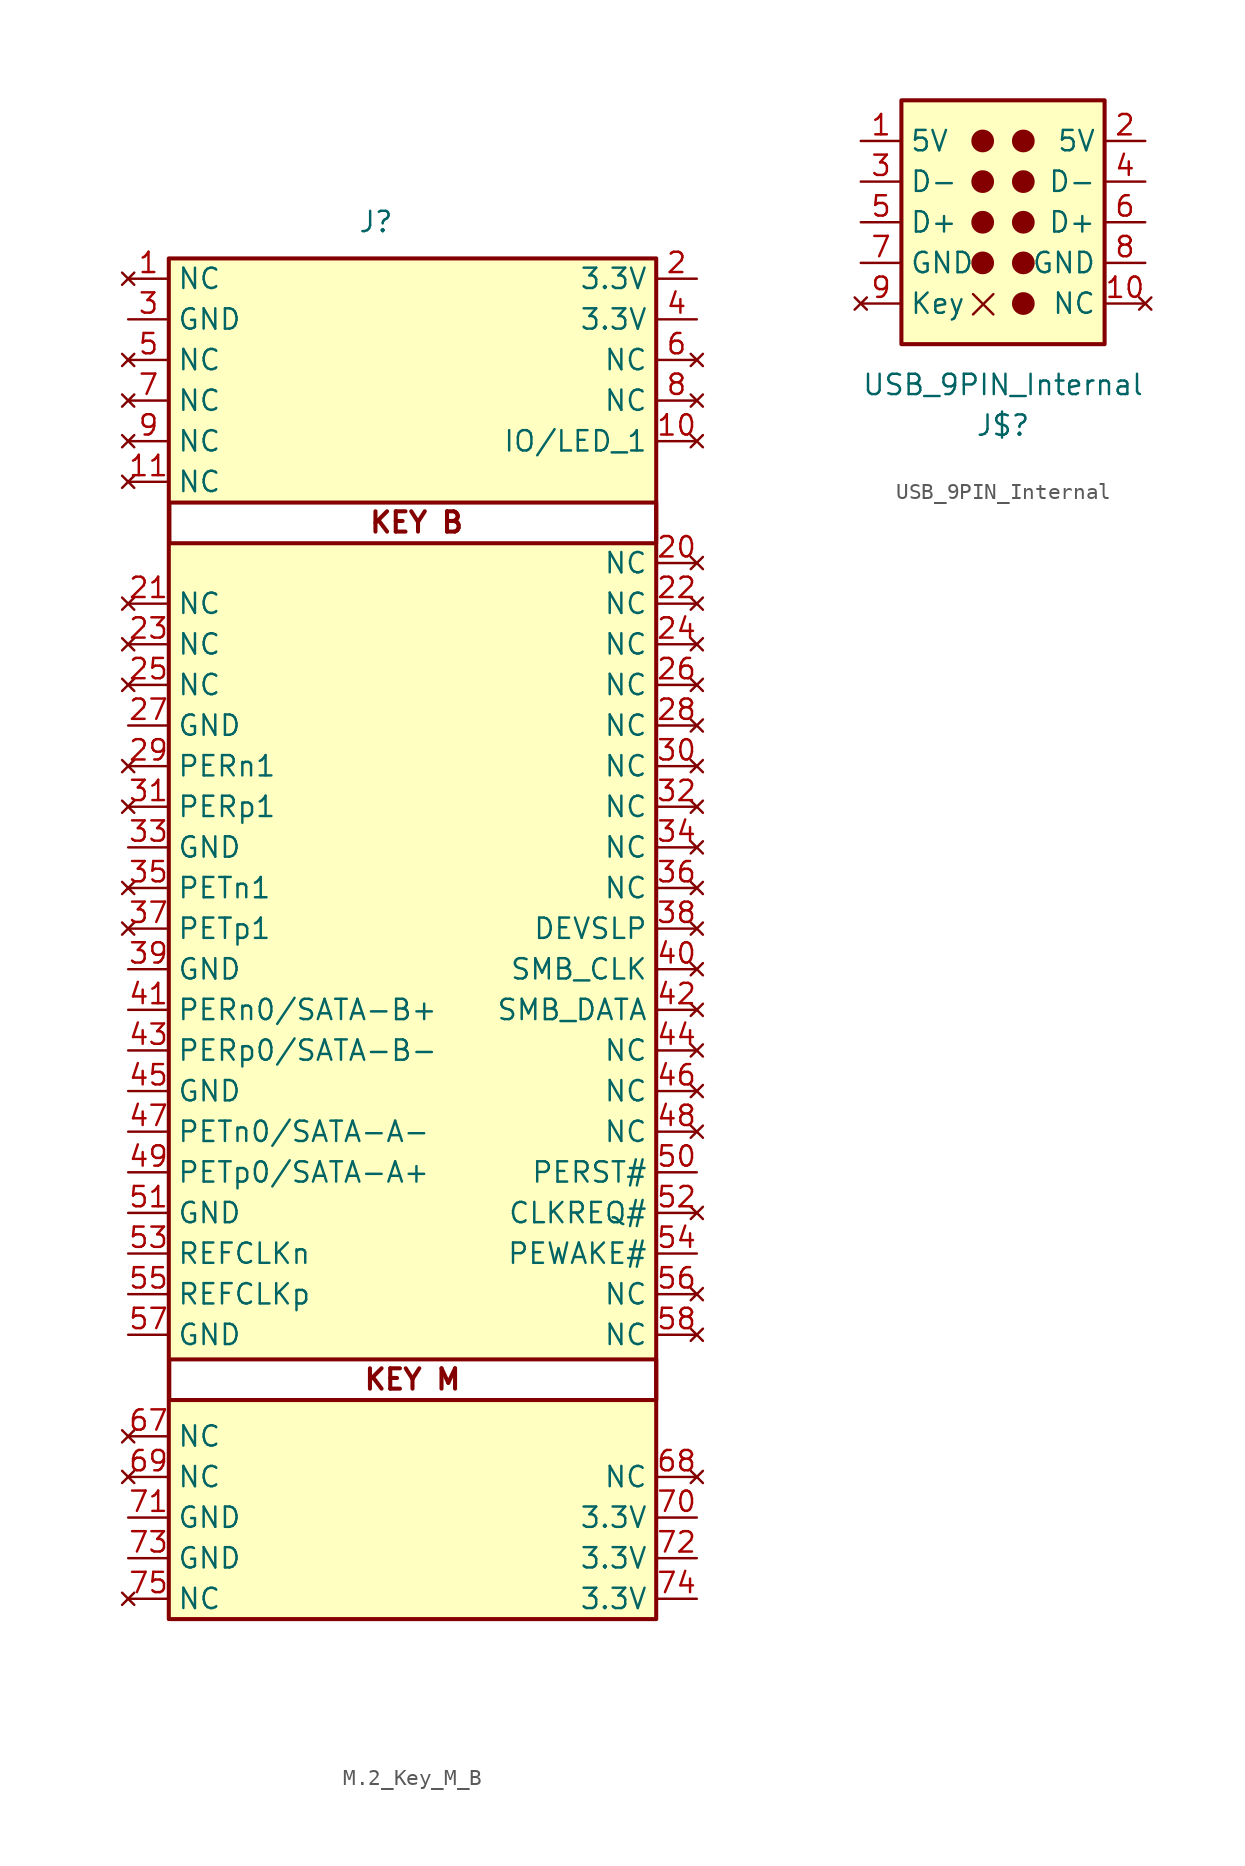
<source format=kicad_sym>
(kicad_symbol_lib
  (version 20241209)
  (generator "kicad_symbol_editor")
  (generator_version "9.0")
  (symbol "M.2_Key_M_B"
    (property "Reference" "J"
      (at 5.334 2.286 0)
      (effects (font (size 1.27 1.27))))
    (symbol "M.2_Key_M_B_0_1"
      (rectangle (start -7.62 0) (end 22.86 -85.09) (stroke (width 0.254) (type default)) (fill (type background))))
    (symbol "M.2_Key_M_B_1_1"
      (rectangle (start -7.59 -68.85) (end 22.86 -71.39) (stroke (width 0.254) (type solid)) (fill (type color) (color 255 255 255 1)))
      (rectangle (start -7.582 -15.27) (end 22.86 -17.81) (stroke (width 0.254) (type solid)) (fill (type color) (color 255 255 255 1)))
      (text "KEY M" (at 7.62 -70.104 0) (effects (font (size 1.27 1.27) (thickness 0.254) (bold yes))))
      (text "KEY B" (at 7.874 -16.51 0) (effects (font (size 1.27 1.27) (thickness 0.254) (bold yes))))
      (pin no_connect line (at -10.16 -1.27 0) (length 2.54) (name "NC" (effects (font (size 1.27 1.27)))) (number "1" (effects (font (size 1.27 1.27)))))
      (pin power_out line (at -10.16 -3.81 0) (length 2.54) (name "GND" (effects (font (size 1.27 1.27)))) (number "3" (effects (font (size 1.27 1.27)))))
      (pin no_connect line (at -10.16 -6.35 0) (length 2.54) (name "NC" (effects (font (size 1.27 1.27)))) (number "5" (effects (font (size 1.27 1.27)))))
      (pin no_connect line (at -10.16 -8.89 0) (length 2.54) (name "NC" (effects (font (size 1.27 1.27)))) (number "7" (effects (font (size 1.27 1.27)))))
      (pin no_connect line (at -10.16 -11.43 0) (length 2.54) (name "NC" (effects (font (size 1.27 1.27)))) (number "9" (effects (font (size 1.27 1.27)))))
      (pin no_connect line (at -10.16 -13.97 0) (length 2.54) (name "NC" (effects (font (size 1.27 1.27)))) (number "11" (effects (font (size 1.27 1.27)))))
      (pin no_connect line (at -10.16 -21.59 0) (length 2.54) (name "NC" (effects (font (size 1.27 1.27)))) (number "21" (effects (font (size 1.27 1.27)))))
      (pin no_connect line (at -10.16 -24.13 0) (length 2.54) (name "NC" (effects (font (size 1.27 1.27)))) (number "23" (effects (font (size 1.27 1.27)))))
      (pin no_connect line (at -10.16 -26.67 0) (length 2.54) (name "NC" (effects (font (size 1.27 1.27)))) (number "25" (effects (font (size 1.27 1.27)))))
      (pin power_out line (at -10.16 -29.21 0) (length 2.54) (name "GND" (effects (font (size 1.27 1.27)))) (number "27" (effects (font (size 1.27 1.27)))))
      (pin no_connect line (at -10.16 -31.75 0) (length 2.54) (name "PERn1" (effects (font (size 1.27 1.27)))) (number "29" (effects (font (size 1.27 1.27)))))
      (pin no_connect line (at -10.16 -34.29 0) (length 2.54) (name "PERp1" (effects (font (size 1.27 1.27)))) (number "31" (effects (font (size 1.27 1.27)))))
      (pin power_out line (at -10.16 -36.83 0) (length 2.54) (name "GND" (effects (font (size 1.27 1.27)))) (number "33" (effects (font (size 1.27 1.27)))))
      (pin no_connect line (at -10.16 -39.37 0) (length 2.54) (name "PETn1" (effects (font (size 1.27 1.27)))) (number "35" (effects (font (size 1.27 1.27)))))
      (pin no_connect line (at -10.16 -41.91 0) (length 2.54) (name "PETp1" (effects (font (size 1.27 1.27)))) (number "37" (effects (font (size 1.27 1.27)))))
      (pin power_out line (at -10.16 -44.45 0) (length 2.54) (name "GND" (effects (font (size 1.27 1.27)))) (number "39" (effects (font (size 1.27 1.27)))))
      (pin bidirectional line (at -10.16 -46.99 0) (length 2.54) (name "PERn0/SATA-B+" (effects (font (size 1.27 1.27)))) (number "41" (effects (font (size 1.27 1.27)))))
      (pin bidirectional line (at -10.16 -49.53 0) (length 2.54) (name "PERp0/SATA-B-" (effects (font (size 1.27 1.27)))) (number "43" (effects (font (size 1.27 1.27)))))
      (pin power_out line (at -10.16 -52.07 0) (length 2.54) (name "GND" (effects (font (size 1.27 1.27)))) (number "45" (effects (font (size 1.27 1.27)))))
      (pin bidirectional line (at -10.16 -54.61 0) (length 2.54) (name "PETn0/SATA-A-" (effects (font (size 1.27 1.27)))) (number "47" (effects (font (size 1.27 1.27)))))
      (pin bidirectional line (at -10.16 -57.15 0) (length 2.54) (name "PETp0/SATA-A+" (effects (font (size 1.27 1.27)))) (number "49" (effects (font (size 1.27 1.27)))))
      (pin power_out line (at -10.16 -59.69 0) (length 2.54) (name "GND" (effects (font (size 1.27 1.27)))) (number "51" (effects (font (size 1.27 1.27)))))
      (pin bidirectional line (at -10.16 -62.23 0) (length 2.54) (name "REFCLKn" (effects (font (size 1.27 1.27)))) (number "53" (effects (font (size 1.27 1.27)))))
      (pin bidirectional line (at -10.16 -64.77 0) (length 2.54) (name "REFCLKp" (effects (font (size 1.27 1.27)))) (number "55" (effects (font (size 1.27 1.27)))))
      (pin power_out line (at -10.16 -67.31 0) (length 2.54) (name "GND" (effects (font (size 1.27 1.27)))) (number "57" (effects (font (size 1.27 1.27)))))
      (pin no_connect line (at -10.16 -73.66 0) (length 2.54) (name "NC" (effects (font (size 1.27 1.27)))) (number "67" (effects (font (size 1.27 1.27)))))
      (pin no_connect line (at -10.16 -76.2 0) (length 2.54) (name "NC" (effects (font (size 1.27 1.27)))) (number "69" (effects (font (size 1.27 1.27)))))
      (pin power_out line (at -10.16 -78.74 0) (length 2.54) (name "GND" (effects (font (size 1.27 1.27)))) (number "71" (effects (font (size 1.27 1.27)))))
      (pin power_out line (at -10.16 -81.28 0) (length 2.54) (name "GND" (effects (font (size 1.27 1.27)))) (number "73" (effects (font (size 1.27 1.27)))))
      (pin no_connect line (at -10.16 -83.82 0) (length 2.54) (name "NC" (effects (font (size 1.27 1.27)))) (number "75" (effects (font (size 1.27 1.27)))))
      (pin power_out line (at 25.4 -1.27 180) (length 2.54) (name "3.3V" (effects (font (size 1.27 1.27)))) (number "2" (effects (font (size 1.27 1.27)))))
      (pin power_out line (at 25.4 -3.81 180) (length 2.54) (name "3.3V" (effects (font (size 1.27 1.27)))) (number "4" (effects (font (size 1.27 1.27)))))
      (pin no_connect line (at 25.4 -6.35 180) (length 2.54) (name "NC" (effects (font (size 1.27 1.27)))) (number "6" (effects (font (size 1.27 1.27)))))
      (pin no_connect line (at 25.4 -8.89 180) (length 2.54) (name "NC" (effects (font (size 1.27 1.27)))) (number "8" (effects (font (size 1.27 1.27)))))
      (pin no_connect line (at 25.4 -11.43 180) (length 2.54) (name "IO/LED_1" (effects (font (size 1.27 1.27)))) (number "10" (effects (font (size 1.27 1.27)))))
      (pin no_connect line (at 25.4 -19.05 180) (length 2.54) (name "NC" (effects (font (size 1.27 1.27)))) (number "20" (effects (font (size 1.27 1.27)))))
      (pin no_connect line (at 25.4 -21.59 180) (length 2.54) (name "NC" (effects (font (size 1.27 1.27)))) (number "22" (effects (font (size 1.27 1.27)))))
      (pin no_connect line (at 25.4 -24.13 180) (length 2.54) (name "NC" (effects (font (size 1.27 1.27)))) (number "24" (effects (font (size 1.27 1.27)))))
      (pin no_connect line (at 25.4 -26.67 180) (length 2.54) (name "NC" (effects (font (size 1.27 1.27)))) (number "26" (effects (font (size 1.27 1.27)))))
      (pin no_connect line (at 25.4 -29.21 180) (length 2.54) (name "NC" (effects (font (size 1.27 1.27)))) (number "28" (effects (font (size 1.27 1.27)))))
      (pin no_connect line (at 25.4 -31.75 180) (length 2.54) (name "NC" (effects (font (size 1.27 1.27)))) (number "30" (effects (font (size 1.27 1.27)))))
      (pin no_connect line (at 25.4 -34.29 180) (length 2.54) (name "NC" (effects (font (size 1.27 1.27)))) (number "32" (effects (font (size 1.27 1.27)))))
      (pin no_connect line (at 25.4 -36.83 180) (length 2.54) (name "NC" (effects (font (size 1.27 1.27)))) (number "34" (effects (font (size 1.27 1.27)))))
      (pin no_connect line (at 25.4 -39.37 180) (length 2.54) (name "NC" (effects (font (size 1.27 1.27)))) (number "36" (effects (font (size 1.27 1.27)))))
      (pin no_connect line (at 25.4 -41.91 180) (length 2.54) (name "DEVSLP" (effects (font (size 1.27 1.27)))) (number "38" (effects (font (size 1.27 1.27)))))
      (pin no_connect line (at 25.4 -44.45 180) (length 2.54) (name "SMB_CLK" (effects (font (size 1.27 1.27)))) (number "40" (effects (font (size 1.27 1.27)))))
      (pin no_connect line (at 25.4 -46.99 180) (length 2.54) (name "SMB_DATA" (effects (font (size 1.27 1.27)))) (number "42" (effects (font (size 1.27 1.27)))))
      (pin no_connect line (at 25.4 -49.53 180) (length 2.54) (name "NC" (effects (font (size 1.27 1.27)))) (number "44" (effects (font (size 1.27 1.27)))))
      (pin no_connect line (at 25.4 -52.07 180) (length 2.54) (name "NC" (effects (font (size 1.27 1.27)))) (number "46" (effects (font (size 1.27 1.27)))))
      (pin no_connect line (at 25.4 -54.61 180) (length 2.54) (name "NC" (effects (font (size 1.27 1.27)))) (number "48" (effects (font (size 1.27 1.27)))))
      (pin bidirectional line (at 25.4 -57.15 180) (length 2.54) (name "PERST#" (effects (font (size 1.27 1.27)))) (number "50" (effects (font (size 1.27 1.27)))))
      (pin no_connect line (at 25.4 -59.69 180) (length 2.54) (name "CLKREQ#" (effects (font (size 1.27 1.27)))) (number "52" (effects (font (size 1.27 1.27)))))
      (pin bidirectional line (at 25.4 -62.23 180) (length 2.54) (name "PEWAKE#" (effects (font (size 1.27 1.27)))) (number "54" (effects (font (size 1.27 1.27)))))
      (pin no_connect line (at 25.4 -64.77 180) (length 2.54) (name "NC" (effects (font (size 1.27 1.27)))) (number "56" (effects (font (size 1.27 1.27)))))
      (pin no_connect line (at 25.4 -67.31 180) (length 2.54) (name "NC" (effects (font (size 1.27 1.27)))) (number "58" (effects (font (size 1.27 1.27)))))
      (pin no_connect line (at 25.4 -76.2 180) (length 2.54) (name "NC" (effects (font (size 1.27 1.27)))) (number "68" (effects (font (size 1.27 1.27)))))
      (pin power_out line (at 25.4 -78.74 180) (length 2.54) (name "3.3V" (effects (font (size 1.27 1.27)))) (number "70" (effects (font (size 1.27 1.27)))))
      (pin power_out line (at 25.4 -81.28 180) (length 2.54) (name "3.3V" (effects (font (size 1.27 1.27)))) (number "72" (effects (font (size 1.27 1.27)))))
      (pin power_out line (at 25.4 -83.82 180) (length 2.54) (name "3.3V" (effects (font (size 1.27 1.27)))) (number "74" (effects (font (size 1.27 1.27)))))))
  (symbol "USB_9PIN_Internal"
    (property "Reference" "J$"
      (at 3.81 -12.7 0)
      (effects (font (size 1.27 1.27))))
    (property "Value" "USB_9PIN_Internal"
      (at 3.81 -10.16 0)
      (effects (font (size 1.27 1.27))))
    (symbol "USB_9PIN_Internal_0_1"
      (polyline (pts (xy 1.937 -4.491) (xy 3.207 -5.761)) (stroke (width 0) (type default)) (fill (type none)))
      (polyline (pts (xy 1.937 -5.761) (xy 3.207 -4.491)) (stroke (width 0) (type default)) (fill (type none))))
    (symbol "USB_9PIN_Internal_1_1"
      (rectangle (start -2.54 7.62) (end 10.16 -7.62) (stroke (width 0.254) (type default)) (fill (type background)))
      (circle (center 2.54 5.08) (radius 0.635) (stroke (width 0) (type default)) (fill (type outline)))
      (circle (center 2.54 2.54) (radius 0.635) (stroke (width 0) (type default)) (fill (type outline)))
      (circle (center 2.54 0) (radius 0.635) (stroke (width 0) (type default)) (fill (type outline)))
      (circle (center 2.54 -2.54) (radius 0.635) (stroke (width 0) (type default)) (fill (type outline)))
      (circle (center 5.08 5.08) (radius 0.635) (stroke (width 0) (type default)) (fill (type outline)))
      (circle (center 5.08 2.54) (radius 0.635) (stroke (width 0) (type default)) (fill (type outline)))
      (circle (center 5.08 0) (radius 0.635) (stroke (width 0) (type default)) (fill (type outline)))
      (circle (center 5.08 -2.54) (radius 0.635) (stroke (width 0) (type default)) (fill (type outline)))
      (circle (center 5.08 -5.08) (radius 0.635) (stroke (width 0) (type default)) (fill (type outline)))
      (pin power_in line (at -5.08 5.08 0) (length 2.54) (name "5V" (effects (font (size 1.27 1.27)))) (number "1" (effects (font (size 1.27 1.27)))))
      (pin bidirectional line (at -5.08 2.54 0) (length 2.54) (name "D-" (effects (font (size 1.27 1.27)))) (number "3" (effects (font (size 1.27 1.27)))))
      (pin bidirectional line (at -5.08 0 0) (length 2.54) (name "D+" (effects (font (size 1.27 1.27)))) (number "5" (effects (font (size 1.27 1.27)))))
      (pin power_in line (at -5.08 -2.54 0) (length 2.54) (name "GND" (effects (font (size 1.27 1.27)))) (number "7" (effects (font (size 1.27 1.27)))))
      (pin no_connect line (at -5.08 -5.08 0) (length 2.54) (name "Key" (effects (font (size 1.27 1.27)))) (number "9" (effects (font (size 1.27 1.27)))))
      (pin passive line (at 12.7 5.08 180) (length 2.54) (name "5V" (effects (font (size 1.27 1.27)))) (number "2" (effects (font (size 1.27 1.27)))))
      (pin bidirectional line (at 12.7 2.54 180) (length 2.54) (name "D-" (effects (font (size 1.27 1.27)))) (number "4" (effects (font (size 1.27 1.27)))))
      (pin bidirectional line (at 12.7 0 180) (length 2.54) (name "D+" (effects (font (size 1.27 1.27)))) (number "6" (effects (font (size 1.27 1.27)))))
      (pin power_in line (at 12.7 -2.54 180) (length 2.54) (name "GND" (effects (font (size 1.27 1.27)))) (number "8" (effects (font (size 1.27 1.27)))))
      (pin no_connect line (at 12.7 -5.08 180) (length 2.54) (name "NC" (effects (font (size 1.27 1.27)))) (number "10" (effects (font (size 1.27 1.27))))))))
</source>
